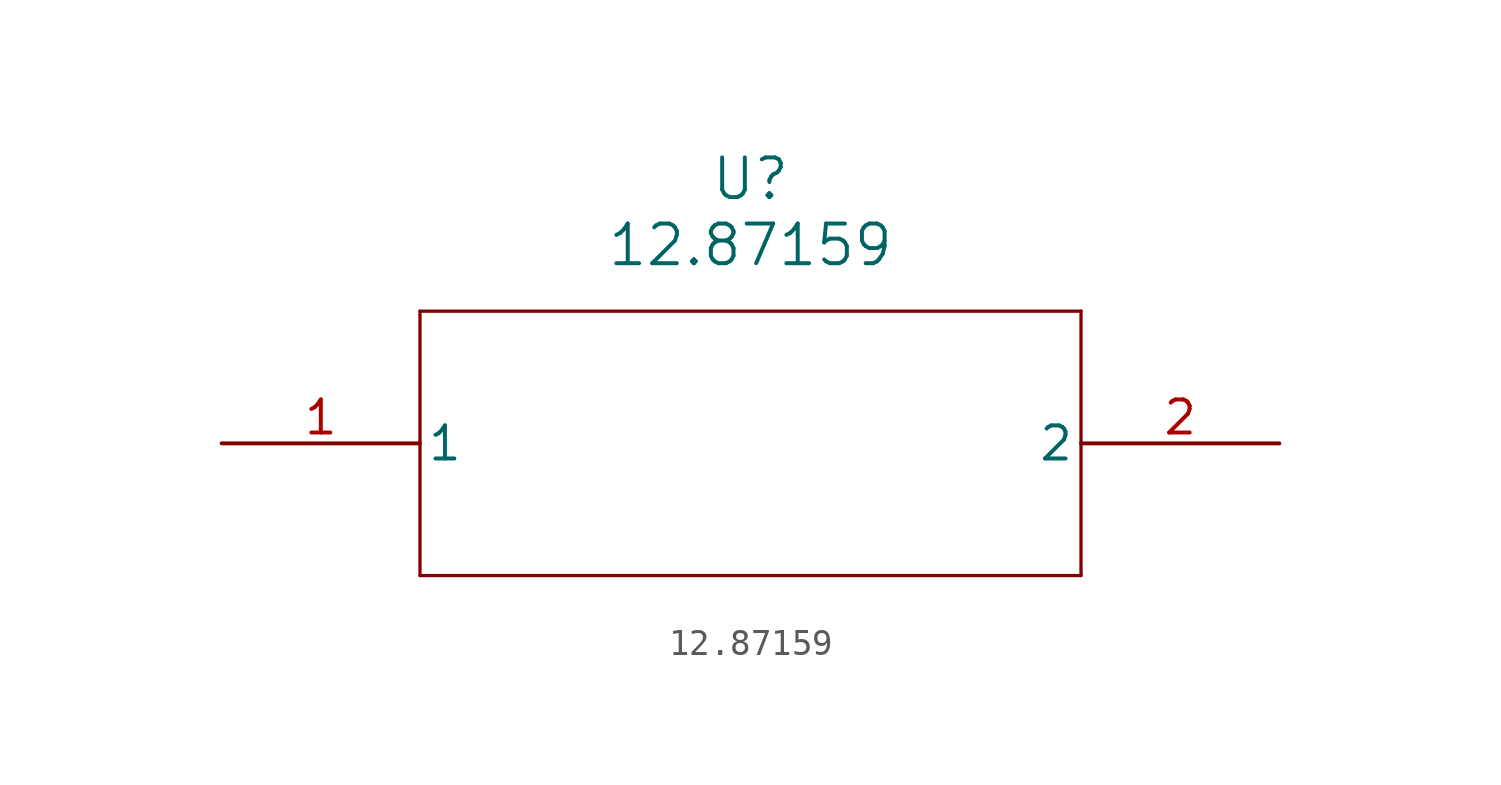
<source format=kicad_sym>
(kicad_symbol_lib
  (version 20211014)
  (generator kicad_symbol_editor)
  (symbol "12.87159"
    (pin_names
      (offset 0.254))
    (property "Reference" "U"
      (at 20.32 10.16 0)
      (effects (font (size 1.524 1.524))))
    (property "Value" "12.87159"
      (at 20.32 7.62 0)
      (effects (font (size 1.524 1.524))))
    (symbol "12.87159_0_1"
      (polyline (pts (xy 7.62 5.08) (xy 7.62 -5.08)) (stroke (width 0.127) (type default) (color 0 0 0 0)) (fill (type none)))
      (polyline (pts (xy 7.62 -5.08) (xy 33.02 -5.08)) (stroke (width 0.127) (type default) (color 0 0 0 0)) (fill (type none)))
      (polyline (pts (xy 33.02 -5.08) (xy 33.02 5.08)) (stroke (width 0.127) (type default) (color 0 0 0 0)) (fill (type none)))
      (polyline (pts (xy 33.02 5.08) (xy 7.62 5.08)) (stroke (width 0.127) (type default) (color 0 0 0 0)) (fill (type none)))
      (pin unspecified line (at 0 0 0) (length 7.62) (name "1" (effects (font (size 1.27 1.27)))) (number "1" (effects (font (size 1.27 1.27)))))
      (pin unspecified line (at 40.64 0 180) (length 7.62) (name "2" (effects (font (size 1.27 1.27)))) (number "2" (effects (font (size 1.27 1.27))))))))
</source>
